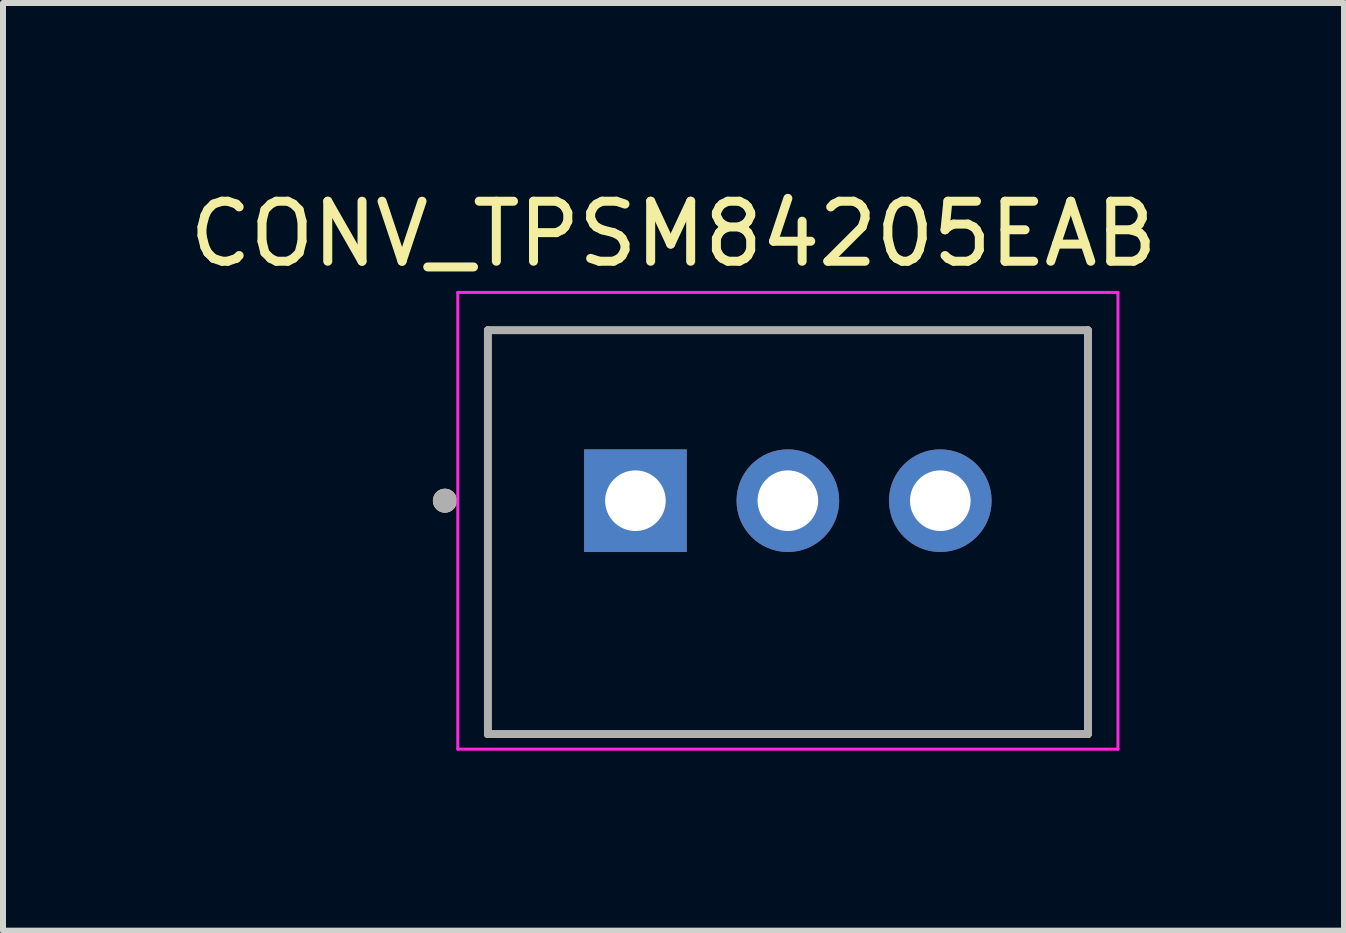
<source format=kicad_pcb>
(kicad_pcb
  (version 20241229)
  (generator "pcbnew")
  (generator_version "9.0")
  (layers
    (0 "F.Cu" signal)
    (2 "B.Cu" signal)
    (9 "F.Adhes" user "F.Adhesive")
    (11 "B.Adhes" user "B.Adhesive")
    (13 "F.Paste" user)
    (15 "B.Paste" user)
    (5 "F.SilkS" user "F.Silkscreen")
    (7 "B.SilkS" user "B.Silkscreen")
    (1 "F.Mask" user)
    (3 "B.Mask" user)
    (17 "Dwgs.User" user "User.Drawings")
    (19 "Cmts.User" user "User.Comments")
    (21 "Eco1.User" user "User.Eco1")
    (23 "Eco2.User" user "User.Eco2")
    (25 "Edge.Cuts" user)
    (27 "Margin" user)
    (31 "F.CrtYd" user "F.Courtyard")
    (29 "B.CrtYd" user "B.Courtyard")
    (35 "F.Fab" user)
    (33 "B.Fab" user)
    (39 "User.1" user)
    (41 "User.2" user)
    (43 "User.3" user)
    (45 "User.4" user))
  (footprint "CONV_TPSM84205EAB"
    (layer "F.Cu")
    (at 10.078 5.293)
    (property "Reference" "CONV_TPSM84205EAB" (at -1.905 -4.445 0) (layer "F.SilkS") (effects (font (size 1 1) (thickness 0.15))))
    (attr through_hole)
    (fp_line (start -5 -2.84) (end -5 3.89) (stroke (width 0.127) (type solid)) (layer "F.SilkS"))
    (fp_line (start -5 3.89) (end 5 3.89) (stroke (width 0.127) (type solid)) (layer "F.SilkS"))
    (fp_line (start 5 -2.84) (end -5 -2.84) (stroke (width 0.127) (type solid)) (layer "F.SilkS"))
    (fp_line (start 5 3.89) (end 5 -2.84) (stroke (width 0.127) (type solid)) (layer "F.SilkS"))
    (fp_circle (center -5.715 0) (end -5.615 0) (stroke (width 0.2) (type solid)) (fill no) (layer "F.SilkS"))
    (fp_line (start -5.5 -3.47) (end 5.5 -3.47) (stroke (width 0.05) (type solid)) (layer "F.CrtYd"))
    (fp_line (start -5.5 4.14) (end -5.5 -3.47) (stroke (width 0.05) (type solid)) (layer "F.CrtYd"))
    (fp_line (start 5.5 -3.47) (end 5.5 4.14) (stroke (width 0.05) (type solid)) (layer "F.CrtYd"))
    (fp_line (start 5.5 4.14) (end -5.5 4.14) (stroke (width 0.05) (type solid)) (layer "F.CrtYd"))
    (fp_line (start -5 -2.84) (end -5 3.89) (stroke (width 0.127) (type solid)) (layer "F.Fab"))
    (fp_line (start -5 3.89) (end 5 3.89) (stroke (width 0.127) (type solid)) (layer "F.Fab"))
    (fp_line (start 5 -2.84) (end -5 -2.84) (stroke (width 0.127) (type solid)) (layer "F.Fab"))
    (fp_line (start 5 3.89) (end 5 -2.84) (stroke (width 0.127) (type solid)) (layer "F.Fab"))
    (fp_circle (center -5.715 0) (end -5.615 0) (stroke (width 0.2) (type solid)) (fill no) (layer "F.Fab"))
    (pad "1" thru_hole rect (at -2.54 0) (size 1.71 1.71) (drill 1.01) (layers "*.Cu" "*.Mask"))
    (pad "2" thru_hole circle (at 0 0) (size 1.71 1.71) (drill 1.01) (layers "*.Cu" "*.Mask"))
    (pad "3" thru_hole circle (at 2.54 0) (size 1.71 1.71) (drill 1.01) (layers "*.Cu" "*.Mask")))
  (gr_rect
    (start -3 -3)
    (end 19.345 12.458)
    (stroke (width 0.1) (type default))
    (fill no)
    (layer "Edge.Cuts")))
</source>
